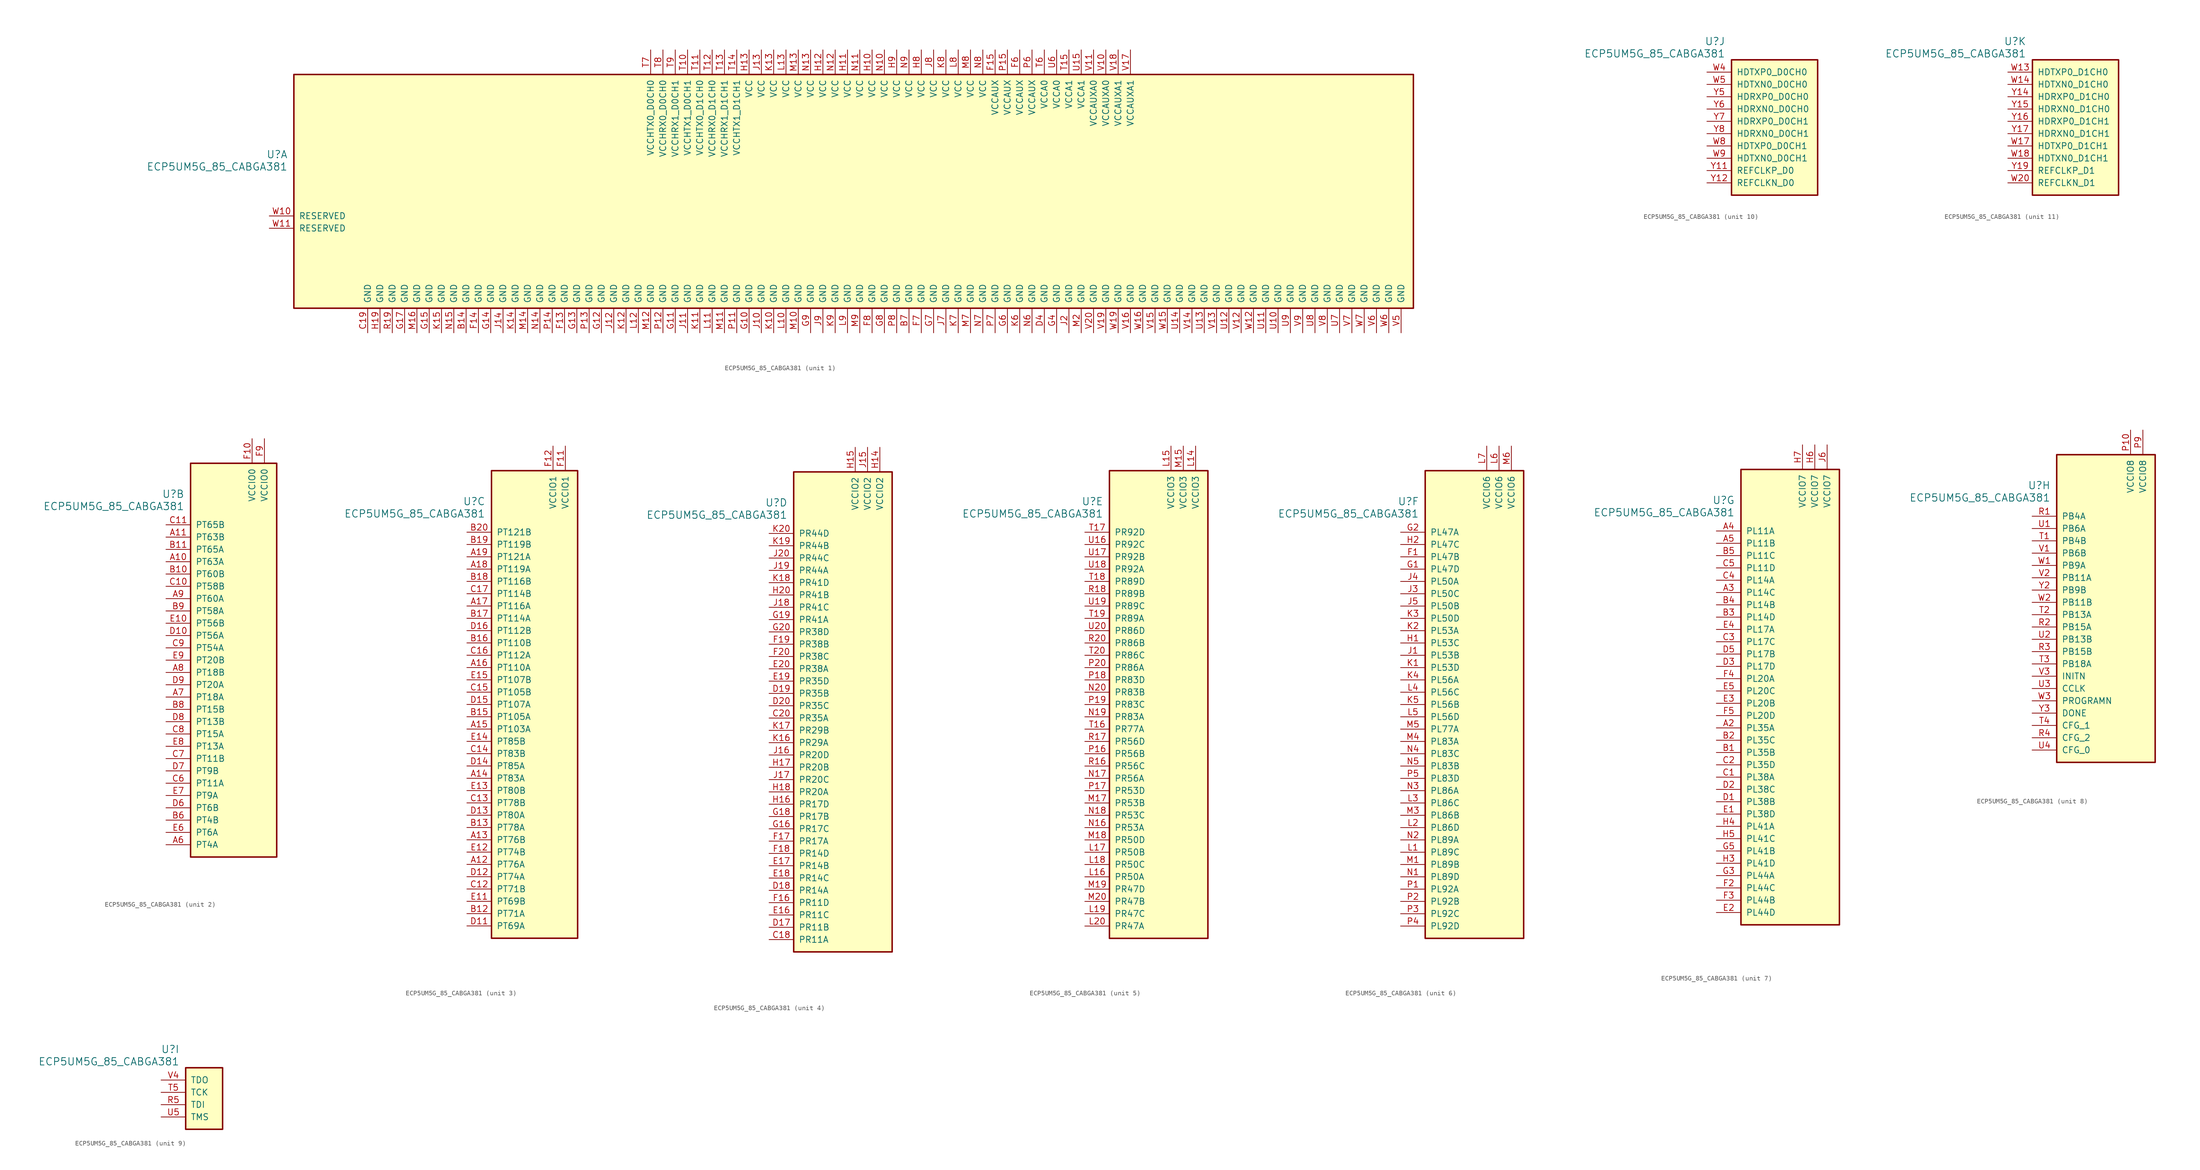
<source format=kicad_sym>
(kicad_symbol_lib
  (version 20220914)
  (generator kicad_symbol_editor)
  (symbol "ECP5UM5G_85_CABGA381"
    (pin_names
      (offset 1.016))
    (property "Reference" "U"
      (at 3.81 6.35 0)
      (effects (font (size 1.524 1.524)) (justify right)))
    (property "Value" "ECP5UM5G_85_CABGA381"
      (at 3.81 3.81 0)
      (effects (font (size 1.524 1.524)) (justify right)))
    (property "ki_locked" ""
      (at 0 0 0)
      (effects (font (size 1.27 1.27))))
    (symbol "ECP5UM5G_85_CABGA381_1_1"
      (rectangle (start 5.08 22.86) (end 236.22 -25.4) (stroke (width 0.305) (type default)) (fill (type background)))
      (pin power_in line (at 40.64 -30.48 90) (length 5.08) (name "GND" (effects (font (size 1.27 1.27)))) (number "B14" (effects (font (size 1.27 1.27)))))
      (pin power_in line (at 132.08 -30.48 90) (length 5.08) (name "GND" (effects (font (size 1.27 1.27)))) (number "B7" (effects (font (size 1.27 1.27)))))
      (pin power_in line (at 20.32 -30.48 90) (length 5.08) (name "GND" (effects (font (size 1.27 1.27)))) (number "C19" (effects (font (size 1.27 1.27)))))
      (pin power_in line (at 160.02 -30.48 90) (length 5.08) (name "GND" (effects (font (size 1.27 1.27)))) (number "D4" (effects (font (size 1.27 1.27)))))
      (pin power_in line (at 60.96 -30.48 90) (length 5.08) (name "GND" (effects (font (size 1.27 1.27)))) (number "F13" (effects (font (size 1.27 1.27)))))
      (pin power_in line (at 43.18 -30.48 90) (length 5.08) (name "GND" (effects (font (size 1.27 1.27)))) (number "F14" (effects (font (size 1.27 1.27)))))
      (pin power_in line (at 149.86 27.94 270) (length 5.08) (name "VCCAUX" (effects (font (size 1.27 1.27)))) (number "F15" (effects (font (size 1.27 1.27)))))
      (pin power_in line (at 154.94 27.94 270) (length 5.08) (name "VCCAUX" (effects (font (size 1.27 1.27)))) (number "F6" (effects (font (size 1.27 1.27)))))
      (pin power_in line (at 134.62 -30.48 90) (length 5.08) (name "GND" (effects (font (size 1.27 1.27)))) (number "F7" (effects (font (size 1.27 1.27)))))
      (pin power_in line (at 124.46 -30.48 90) (length 5.08) (name "GND" (effects (font (size 1.27 1.27)))) (number "F8" (effects (font (size 1.27 1.27)))))
      (pin power_in line (at 99.06 -30.48 90) (length 5.08) (name "GND" (effects (font (size 1.27 1.27)))) (number "G10" (effects (font (size 1.27 1.27)))))
      (pin power_in line (at 83.82 -30.48 90) (length 5.08) (name "GND" (effects (font (size 1.27 1.27)))) (number "G11" (effects (font (size 1.27 1.27)))))
      (pin power_in line (at 68.58 -30.48 90) (length 5.08) (name "GND" (effects (font (size 1.27 1.27)))) (number "G12" (effects (font (size 1.27 1.27)))))
      (pin power_in line (at 63.5 -30.48 90) (length 5.08) (name "GND" (effects (font (size 1.27 1.27)))) (number "G13" (effects (font (size 1.27 1.27)))))
      (pin power_in line (at 45.72 -30.48 90) (length 5.08) (name "GND" (effects (font (size 1.27 1.27)))) (number "G14" (effects (font (size 1.27 1.27)))))
      (pin power_in line (at 33.02 -30.48 90) (length 5.08) (name "GND" (effects (font (size 1.27 1.27)))) (number "G15" (effects (font (size 1.27 1.27)))))
      (pin power_in line (at 27.94 -30.48 90) (length 5.08) (name "GND" (effects (font (size 1.27 1.27)))) (number "G17" (effects (font (size 1.27 1.27)))))
      (pin power_in line (at 162.56 -30.48 90) (length 5.08) (name "GND" (effects (font (size 1.27 1.27)))) (number "G4" (effects (font (size 1.27 1.27)))))
      (pin power_in line (at 152.4 -30.48 90) (length 5.08) (name "GND" (effects (font (size 1.27 1.27)))) (number "G6" (effects (font (size 1.27 1.27)))))
      (pin power_in line (at 137.16 -30.48 90) (length 5.08) (name "GND" (effects (font (size 1.27 1.27)))) (number "G7" (effects (font (size 1.27 1.27)))))
      (pin power_in line (at 127 -30.48 90) (length 5.08) (name "GND" (effects (font (size 1.27 1.27)))) (number "G8" (effects (font (size 1.27 1.27)))))
      (pin power_in line (at 111.76 -30.48 90) (length 5.08) (name "GND" (effects (font (size 1.27 1.27)))) (number "G9" (effects (font (size 1.27 1.27)))))
      (pin power_in line (at 124.46 27.94 270) (length 5.08) (name "VCC" (effects (font (size 1.27 1.27)))) (number "H10" (effects (font (size 1.27 1.27)))))
      (pin power_in line (at 119.38 27.94 270) (length 5.08) (name "VCC" (effects (font (size 1.27 1.27)))) (number "H11" (effects (font (size 1.27 1.27)))))
      (pin power_in line (at 114.3 27.94 270) (length 5.08) (name "VCC" (effects (font (size 1.27 1.27)))) (number "H12" (effects (font (size 1.27 1.27)))))
      (pin power_in line (at 99.06 27.94 270) (length 5.08) (name "VCC" (effects (font (size 1.27 1.27)))) (number "H13" (effects (font (size 1.27 1.27)))))
      (pin power_in line (at 22.86 -30.48 90) (length 5.08) (name "GND" (effects (font (size 1.27 1.27)))) (number "H19" (effects (font (size 1.27 1.27)))))
      (pin power_in line (at 134.62 27.94 270) (length 5.08) (name "VCC" (effects (font (size 1.27 1.27)))) (number "H8" (effects (font (size 1.27 1.27)))))
      (pin power_in line (at 129.54 27.94 270) (length 5.08) (name "VCC" (effects (font (size 1.27 1.27)))) (number "H9" (effects (font (size 1.27 1.27)))))
      (pin power_in line (at 101.6 -30.48 90) (length 5.08) (name "GND" (effects (font (size 1.27 1.27)))) (number "J10" (effects (font (size 1.27 1.27)))))
      (pin power_in line (at 86.36 -30.48 90) (length 5.08) (name "GND" (effects (font (size 1.27 1.27)))) (number "J11" (effects (font (size 1.27 1.27)))))
      (pin power_in line (at 71.12 -30.48 90) (length 5.08) (name "GND" (effects (font (size 1.27 1.27)))) (number "J12" (effects (font (size 1.27 1.27)))))
      (pin power_in line (at 101.6 27.94 270) (length 5.08) (name "VCC" (effects (font (size 1.27 1.27)))) (number "J13" (effects (font (size 1.27 1.27)))))
      (pin power_in line (at 48.26 -30.48 90) (length 5.08) (name "GND" (effects (font (size 1.27 1.27)))) (number "J14" (effects (font (size 1.27 1.27)))))
      (pin power_in line (at 165.1 -30.48 90) (length 5.08) (name "GND" (effects (font (size 1.27 1.27)))) (number "J2" (effects (font (size 1.27 1.27)))))
      (pin power_in line (at 139.7 -30.48 90) (length 5.08) (name "GND" (effects (font (size 1.27 1.27)))) (number "J7" (effects (font (size 1.27 1.27)))))
      (pin power_in line (at 137.16 27.94 270) (length 5.08) (name "VCC" (effects (font (size 1.27 1.27)))) (number "J8" (effects (font (size 1.27 1.27)))))
      (pin power_in line (at 114.3 -30.48 90) (length 5.08) (name "GND" (effects (font (size 1.27 1.27)))) (number "J9" (effects (font (size 1.27 1.27)))))
      (pin power_in line (at 104.14 -30.48 90) (length 5.08) (name "GND" (effects (font (size 1.27 1.27)))) (number "K10" (effects (font (size 1.27 1.27)))))
      (pin power_in line (at 88.9 -30.48 90) (length 5.08) (name "GND" (effects (font (size 1.27 1.27)))) (number "K11" (effects (font (size 1.27 1.27)))))
      (pin power_in line (at 73.66 -30.48 90) (length 5.08) (name "GND" (effects (font (size 1.27 1.27)))) (number "K12" (effects (font (size 1.27 1.27)))))
      (pin power_in line (at 104.14 27.94 270) (length 5.08) (name "VCC" (effects (font (size 1.27 1.27)))) (number "K13" (effects (font (size 1.27 1.27)))))
      (pin power_in line (at 50.8 -30.48 90) (length 5.08) (name "GND" (effects (font (size 1.27 1.27)))) (number "K14" (effects (font (size 1.27 1.27)))))
      (pin power_in line (at 35.56 -30.48 90) (length 5.08) (name "GND" (effects (font (size 1.27 1.27)))) (number "K15" (effects (font (size 1.27 1.27)))))
      (pin power_in line (at 154.94 -30.48 90) (length 5.08) (name "GND" (effects (font (size 1.27 1.27)))) (number "K6" (effects (font (size 1.27 1.27)))))
      (pin power_in line (at 142.24 -30.48 90) (length 5.08) (name "GND" (effects (font (size 1.27 1.27)))) (number "K7" (effects (font (size 1.27 1.27)))))
      (pin power_in line (at 139.7 27.94 270) (length 5.08) (name "VCC" (effects (font (size 1.27 1.27)))) (number "K8" (effects (font (size 1.27 1.27)))))
      (pin power_in line (at 116.84 -30.48 90) (length 5.08) (name "GND" (effects (font (size 1.27 1.27)))) (number "K9" (effects (font (size 1.27 1.27)))))
      (pin power_in line (at 106.68 -30.48 90) (length 5.08) (name "GND" (effects (font (size 1.27 1.27)))) (number "L10" (effects (font (size 1.27 1.27)))))
      (pin power_in line (at 91.44 -30.48 90) (length 5.08) (name "GND" (effects (font (size 1.27 1.27)))) (number "L11" (effects (font (size 1.27 1.27)))))
      (pin power_in line (at 76.2 -30.48 90) (length 5.08) (name "GND" (effects (font (size 1.27 1.27)))) (number "L12" (effects (font (size 1.27 1.27)))))
      (pin power_in line (at 106.68 27.94 270) (length 5.08) (name "VCC" (effects (font (size 1.27 1.27)))) (number "L13" (effects (font (size 1.27 1.27)))))
      (pin power_in line (at 142.24 27.94 270) (length 5.08) (name "VCC" (effects (font (size 1.27 1.27)))) (number "L8" (effects (font (size 1.27 1.27)))))
      (pin power_in line (at 119.38 -30.48 90) (length 5.08) (name "GND" (effects (font (size 1.27 1.27)))) (number "L9" (effects (font (size 1.27 1.27)))))
      (pin power_in line (at 109.22 -30.48 90) (length 5.08) (name "GND" (effects (font (size 1.27 1.27)))) (number "M10" (effects (font (size 1.27 1.27)))))
      (pin power_in line (at 93.98 -30.48 90) (length 5.08) (name "GND" (effects (font (size 1.27 1.27)))) (number "M11" (effects (font (size 1.27 1.27)))))
      (pin power_in line (at 78.74 -30.48 90) (length 5.08) (name "GND" (effects (font (size 1.27 1.27)))) (number "M12" (effects (font (size 1.27 1.27)))))
      (pin power_in line (at 109.22 27.94 270) (length 5.08) (name "VCC" (effects (font (size 1.27 1.27)))) (number "M13" (effects (font (size 1.27 1.27)))))
      (pin power_in line (at 53.34 -30.48 90) (length 5.08) (name "GND" (effects (font (size 1.27 1.27)))) (number "M14" (effects (font (size 1.27 1.27)))))
      (pin power_in line (at 30.48 -30.48 90) (length 5.08) (name "GND" (effects (font (size 1.27 1.27)))) (number "M16" (effects (font (size 1.27 1.27)))))
      (pin power_in line (at 167.64 -30.48 90) (length 5.08) (name "GND" (effects (font (size 1.27 1.27)))) (number "M2" (effects (font (size 1.27 1.27)))))
      (pin power_in line (at 144.78 -30.48 90) (length 5.08) (name "GND" (effects (font (size 1.27 1.27)))) (number "M7" (effects (font (size 1.27 1.27)))))
      (pin power_in line (at 144.78 27.94 270) (length 5.08) (name "VCC" (effects (font (size 1.27 1.27)))) (number "M8" (effects (font (size 1.27 1.27)))))
      (pin power_in line (at 121.92 -30.48 90) (length 5.08) (name "GND" (effects (font (size 1.27 1.27)))) (number "M9" (effects (font (size 1.27 1.27)))))
      (pin power_in line (at 127 27.94 270) (length 5.08) (name "VCC" (effects (font (size 1.27 1.27)))) (number "N10" (effects (font (size 1.27 1.27)))))
      (pin power_in line (at 121.92 27.94 270) (length 5.08) (name "VCC" (effects (font (size 1.27 1.27)))) (number "N11" (effects (font (size 1.27 1.27)))))
      (pin power_in line (at 116.84 27.94 270) (length 5.08) (name "VCC" (effects (font (size 1.27 1.27)))) (number "N12" (effects (font (size 1.27 1.27)))))
      (pin power_in line (at 111.76 27.94 270) (length 5.08) (name "VCC" (effects (font (size 1.27 1.27)))) (number "N13" (effects (font (size 1.27 1.27)))))
      (pin power_in line (at 55.88 -30.48 90) (length 5.08) (name "GND" (effects (font (size 1.27 1.27)))) (number "N14" (effects (font (size 1.27 1.27)))))
      (pin power_in line (at 38.1 -30.48 90) (length 5.08) (name "GND" (effects (font (size 1.27 1.27)))) (number "N15" (effects (font (size 1.27 1.27)))))
      (pin power_in line (at 157.48 -30.48 90) (length 5.08) (name "GND" (effects (font (size 1.27 1.27)))) (number "N6" (effects (font (size 1.27 1.27)))))
      (pin power_in line (at 147.32 -30.48 90) (length 5.08) (name "GND" (effects (font (size 1.27 1.27)))) (number "N7" (effects (font (size 1.27 1.27)))))
      (pin power_in line (at 147.32 27.94 270) (length 5.08) (name "VCC" (effects (font (size 1.27 1.27)))) (number "N8" (effects (font (size 1.27 1.27)))))
      (pin power_in line (at 132.08 27.94 270) (length 5.08) (name "VCC" (effects (font (size 1.27 1.27)))) (number "N9" (effects (font (size 1.27 1.27)))))
      (pin power_in line (at 96.52 -30.48 90) (length 5.08) (name "GND" (effects (font (size 1.27 1.27)))) (number "P11" (effects (font (size 1.27 1.27)))))
      (pin power_in line (at 81.28 -30.48 90) (length 5.08) (name "GND" (effects (font (size 1.27 1.27)))) (number "P12" (effects (font (size 1.27 1.27)))))
      (pin power_in line (at 66.04 -30.48 90) (length 5.08) (name "GND" (effects (font (size 1.27 1.27)))) (number "P13" (effects (font (size 1.27 1.27)))))
      (pin power_in line (at 58.42 -30.48 90) (length 5.08) (name "GND" (effects (font (size 1.27 1.27)))) (number "P14" (effects (font (size 1.27 1.27)))))
      (pin power_in line (at 152.4 27.94 270) (length 5.08) (name "VCCAUX" (effects (font (size 1.27 1.27)))) (number "P15" (effects (font (size 1.27 1.27)))))
      (pin power_in line (at 157.48 27.94 270) (length 5.08) (name "VCCAUX" (effects (font (size 1.27 1.27)))) (number "P6" (effects (font (size 1.27 1.27)))))
      (pin power_in line (at 149.86 -30.48 90) (length 5.08) (name "GND" (effects (font (size 1.27 1.27)))) (number "P7" (effects (font (size 1.27 1.27)))))
      (pin power_in line (at 129.54 -30.48 90) (length 5.08) (name "GND" (effects (font (size 1.27 1.27)))) (number "P8" (effects (font (size 1.27 1.27)))))
      (pin power_in line (at 25.4 -30.48 90) (length 5.08) (name "GND" (effects (font (size 1.27 1.27)))) (number "R19" (effects (font (size 1.27 1.27)))))
      (pin power_in line (at 86.36 27.94 270) (length 5.08) (name "VCCHTX1_D0CH1" (effects (font (size 1.27 1.27)))) (number "T10" (effects (font (size 1.27 1.27)))))
      (pin power_in line (at 88.9 27.94 270) (length 5.08) (name "VCCHTX0_D1CH0" (effects (font (size 1.27 1.27)))) (number "T11" (effects (font (size 1.27 1.27)))))
      (pin power_in line (at 91.44 27.94 270) (length 5.08) (name "VCCHRX0_D1CH0" (effects (font (size 1.27 1.27)))) (number "T12" (effects (font (size 1.27 1.27)))))
      (pin power_in line (at 93.98 27.94 270) (length 5.08) (name "VCCHRX1_D1CH1" (effects (font (size 1.27 1.27)))) (number "T13" (effects (font (size 1.27 1.27)))))
      (pin power_in line (at 96.52 27.94 270) (length 5.08) (name "VCCHTX1_D1CH1" (effects (font (size 1.27 1.27)))) (number "T14" (effects (font (size 1.27 1.27)))))
      (pin power_in line (at 165.1 27.94 270) (length 5.08) (name "VCCA1" (effects (font (size 1.27 1.27)))) (number "T15" (effects (font (size 1.27 1.27)))))
      (pin power_in line (at 160.02 27.94 270) (length 5.08) (name "VCCA0" (effects (font (size 1.27 1.27)))) (number "T6" (effects (font (size 1.27 1.27)))))
      (pin power_in line (at 78.74 27.94 270) (length 5.08) (name "VCCHTX0_D0CH0" (effects (font (size 1.27 1.27)))) (number "T7" (effects (font (size 1.27 1.27)))))
      (pin power_in line (at 81.28 27.94 270) (length 5.08) (name "VCCHRX0_D0CH0" (effects (font (size 1.27 1.27)))) (number "T8" (effects (font (size 1.27 1.27)))))
      (pin power_in line (at 83.82 27.94 270) (length 5.08) (name "VCCHRX1_D0CH1" (effects (font (size 1.27 1.27)))) (number "T9" (effects (font (size 1.27 1.27)))))
      (pin power_in line (at 208.28 -30.48 90) (length 5.08) (name "GND" (effects (font (size 1.27 1.27)))) (number "U10" (effects (font (size 1.27 1.27)))))
      (pin power_in line (at 205.74 -30.48 90) (length 5.08) (name "GND" (effects (font (size 1.27 1.27)))) (number "U11" (effects (font (size 1.27 1.27)))))
      (pin power_in line (at 198.12 -30.48 90) (length 5.08) (name "GND" (effects (font (size 1.27 1.27)))) (number "U12" (effects (font (size 1.27 1.27)))))
      (pin power_in line (at 193.04 -30.48 90) (length 5.08) (name "GND" (effects (font (size 1.27 1.27)))) (number "U13" (effects (font (size 1.27 1.27)))))
      (pin power_in line (at 187.96 -30.48 90) (length 5.08) (name "GND" (effects (font (size 1.27 1.27)))) (number "U14" (effects (font (size 1.27 1.27)))))
      (pin power_in line (at 167.64 27.94 270) (length 5.08) (name "VCCA1" (effects (font (size 1.27 1.27)))) (number "U15" (effects (font (size 1.27 1.27)))))
      (pin power_in line (at 162.56 27.94 270) (length 5.08) (name "VCCA0" (effects (font (size 1.27 1.27)))) (number "U6" (effects (font (size 1.27 1.27)))))
      (pin power_in line (at 220.98 -30.48 90) (length 5.08) (name "GND" (effects (font (size 1.27 1.27)))) (number "U7" (effects (font (size 1.27 1.27)))))
      (pin power_in line (at 215.9 -30.48 90) (length 5.08) (name "GND" (effects (font (size 1.27 1.27)))) (number "U8" (effects (font (size 1.27 1.27)))))
      (pin power_in line (at 210.82 -30.48 90) (length 5.08) (name "GND" (effects (font (size 1.27 1.27)))) (number "U9" (effects (font (size 1.27 1.27)))))
      (pin power_in line (at 172.72 27.94 270) (length 5.08) (name "VCCAUXA0" (effects (font (size 1.27 1.27)))) (number "V10" (effects (font (size 1.27 1.27)))))
      (pin power_in line (at 170.18 27.94 270) (length 5.08) (name "VCCAUXA0" (effects (font (size 1.27 1.27)))) (number "V11" (effects (font (size 1.27 1.27)))))
      (pin power_in line (at 200.66 -30.48 90) (length 5.08) (name "GND" (effects (font (size 1.27 1.27)))) (number "V12" (effects (font (size 1.27 1.27)))))
      (pin power_in line (at 195.58 -30.48 90) (length 5.08) (name "GND" (effects (font (size 1.27 1.27)))) (number "V13" (effects (font (size 1.27 1.27)))))
      (pin power_in line (at 190.5 -30.48 90) (length 5.08) (name "GND" (effects (font (size 1.27 1.27)))) (number "V14" (effects (font (size 1.27 1.27)))))
      (pin power_in line (at 182.88 -30.48 90) (length 5.08) (name "GND" (effects (font (size 1.27 1.27)))) (number "V15" (effects (font (size 1.27 1.27)))))
      (pin power_in line (at 177.8 -30.48 90) (length 5.08) (name "GND" (effects (font (size 1.27 1.27)))) (number "V16" (effects (font (size 1.27 1.27)))))
      (pin power_in line (at 177.8 27.94 270) (length 5.08) (name "VCCAUXA1" (effects (font (size 1.27 1.27)))) (number "V17" (effects (font (size 1.27 1.27)))))
      (pin power_in line (at 175.26 27.94 270) (length 5.08) (name "VCCAUXA1" (effects (font (size 1.27 1.27)))) (number "V18" (effects (font (size 1.27 1.27)))))
      (pin power_in line (at 172.72 -30.48 90) (length 5.08) (name "GND" (effects (font (size 1.27 1.27)))) (number "V19" (effects (font (size 1.27 1.27)))))
      (pin power_in line (at 170.18 -30.48 90) (length 5.08) (name "GND" (effects (font (size 1.27 1.27)))) (number "V20" (effects (font (size 1.27 1.27)))))
      (pin power_in line (at 233.68 -30.48 90) (length 5.08) (name "GND" (effects (font (size 1.27 1.27)))) (number "V5" (effects (font (size 1.27 1.27)))))
      (pin power_in line (at 228.6 -30.48 90) (length 5.08) (name "GND" (effects (font (size 1.27 1.27)))) (number "V6" (effects (font (size 1.27 1.27)))))
      (pin power_in line (at 223.52 -30.48 90) (length 5.08) (name "GND" (effects (font (size 1.27 1.27)))) (number "V7" (effects (font (size 1.27 1.27)))))
      (pin power_in line (at 218.44 -30.48 90) (length 5.08) (name "GND" (effects (font (size 1.27 1.27)))) (number "V8" (effects (font (size 1.27 1.27)))))
      (pin power_in line (at 213.36 -30.48 90) (length 5.08) (name "GND" (effects (font (size 1.27 1.27)))) (number "V9" (effects (font (size 1.27 1.27)))))
      (pin bidirectional line (at 0 -6.35 0) (length 5.08) (name "RESERVED" (effects (font (size 1.27 1.27)))) (number "W10" (effects (font (size 1.27 1.27)))))
      (pin bidirectional line (at 0 -8.89 0) (length 5.08) (name "RESERVED" (effects (font (size 1.27 1.27)))) (number "W11" (effects (font (size 1.27 1.27)))))
      (pin power_in line (at 203.2 -30.48 90) (length 5.08) (name "GND" (effects (font (size 1.27 1.27)))) (number "W12" (effects (font (size 1.27 1.27)))))
      (pin power_in line (at 185.42 -30.48 90) (length 5.08) (name "GND" (effects (font (size 1.27 1.27)))) (number "W15" (effects (font (size 1.27 1.27)))))
      (pin power_in line (at 180.34 -30.48 90) (length 5.08) (name "GND" (effects (font (size 1.27 1.27)))) (number "W16" (effects (font (size 1.27 1.27)))))
      (pin power_in line (at 175.26 -30.48 90) (length 5.08) (name "GND" (effects (font (size 1.27 1.27)))) (number "W19" (effects (font (size 1.27 1.27)))))
      (pin power_in line (at 231.14 -30.48 90) (length 5.08) (name "GND" (effects (font (size 1.27 1.27)))) (number "W6" (effects (font (size 1.27 1.27)))))
      (pin power_in line (at 226.06 -30.48 90) (length 5.08) (name "GND" (effects (font (size 1.27 1.27)))) (number "W7" (effects (font (size 1.27 1.27))))))
    (symbol "ECP5UM5G_85_CABGA381_2_1"
      (rectangle (start 5.08 12.7) (end 22.86 -68.58) (stroke (width 0.305) (type default)) (fill (type background)))
      (pin bidirectional line (at 0 -7.62 0) (length 5.08) (name "PT63A" (effects (font (size 1.27 1.27)))) (number "A10" (effects (font (size 1.27 1.27)))))
      (pin bidirectional line (at 0 -2.54 0) (length 5.08) (name "PT63B" (effects (font (size 1.27 1.27)))) (number "A11" (effects (font (size 1.27 1.27)))))
      (pin bidirectional line (at 0 -66.04 0) (length 5.08) (name "PT4A" (effects (font (size 1.27 1.27)))) (number "A6" (effects (font (size 1.27 1.27)))))
      (pin bidirectional line (at 0 -35.56 0) (length 5.08) (name "PT18A" (effects (font (size 1.27 1.27)))) (number "A7" (effects (font (size 1.27 1.27)))))
      (pin bidirectional line (at 0 -30.48 0) (length 5.08) (name "PT18B" (effects (font (size 1.27 1.27)))) (number "A8" (effects (font (size 1.27 1.27)))))
      (pin bidirectional line (at 0 -15.24 0) (length 5.08) (name "PT60A" (effects (font (size 1.27 1.27)))) (number "A9" (effects (font (size 1.27 1.27)))))
      (pin bidirectional line (at 0 -10.16 0) (length 5.08) (name "PT60B" (effects (font (size 1.27 1.27)))) (number "B10" (effects (font (size 1.27 1.27)))))
      (pin bidirectional line (at 0 -5.08 0) (length 5.08) (name "PT65A" (effects (font (size 1.27 1.27)))) (number "B11" (effects (font (size 1.27 1.27)))))
      (pin bidirectional line (at 0 -60.96 0) (length 5.08) (name "PT4B" (effects (font (size 1.27 1.27)))) (number "B6" (effects (font (size 1.27 1.27)))))
      (pin bidirectional line (at 0 -38.1 0) (length 5.08) (name "PT15B" (effects (font (size 1.27 1.27)))) (number "B8" (effects (font (size 1.27 1.27)))))
      (pin bidirectional line (at 0 -17.78 0) (length 5.08) (name "PT58A" (effects (font (size 1.27 1.27)))) (number "B9" (effects (font (size 1.27 1.27)))))
      (pin bidirectional line (at 0 -12.7 0) (length 5.08) (name "PT58B" (effects (font (size 1.27 1.27)))) (number "C10" (effects (font (size 1.27 1.27)))))
      (pin bidirectional line (at 0 0 0) (length 5.08) (name "PT65B" (effects (font (size 1.27 1.27)))) (number "C11" (effects (font (size 1.27 1.27)))))
      (pin bidirectional line (at 0 -53.34 0) (length 5.08) (name "PT11A" (effects (font (size 1.27 1.27)))) (number "C6" (effects (font (size 1.27 1.27)))))
      (pin bidirectional line (at 0 -48.26 0) (length 5.08) (name "PT11B" (effects (font (size 1.27 1.27)))) (number "C7" (effects (font (size 1.27 1.27)))))
      (pin bidirectional line (at 0 -43.18 0) (length 5.08) (name "PT15A" (effects (font (size 1.27 1.27)))) (number "C8" (effects (font (size 1.27 1.27)))))
      (pin bidirectional line (at 0 -25.4 0) (length 5.08) (name "PT54A" (effects (font (size 1.27 1.27)))) (number "C9" (effects (font (size 1.27 1.27)))))
      (pin bidirectional line (at 0 -22.86 0) (length 5.08) (name "PT56A" (effects (font (size 1.27 1.27)))) (number "D10" (effects (font (size 1.27 1.27)))))
      (pin bidirectional line (at 0 -58.42 0) (length 5.08) (name "PT6B" (effects (font (size 1.27 1.27)))) (number "D6" (effects (font (size 1.27 1.27)))))
      (pin bidirectional line (at 0 -50.8 0) (length 5.08) (name "PT9B" (effects (font (size 1.27 1.27)))) (number "D7" (effects (font (size 1.27 1.27)))))
      (pin bidirectional line (at 0 -40.64 0) (length 5.08) (name "PT13B" (effects (font (size 1.27 1.27)))) (number "D8" (effects (font (size 1.27 1.27)))))
      (pin bidirectional line (at 0 -33.02 0) (length 5.08) (name "PT20A" (effects (font (size 1.27 1.27)))) (number "D9" (effects (font (size 1.27 1.27)))))
      (pin bidirectional line (at 0 -20.32 0) (length 5.08) (name "PT56B" (effects (font (size 1.27 1.27)))) (number "E10" (effects (font (size 1.27 1.27)))))
      (pin bidirectional line (at 0 -63.5 0) (length 5.08) (name "PT6A" (effects (font (size 1.27 1.27)))) (number "E6" (effects (font (size 1.27 1.27)))))
      (pin bidirectional line (at 0 -55.88 0) (length 5.08) (name "PT9A" (effects (font (size 1.27 1.27)))) (number "E7" (effects (font (size 1.27 1.27)))))
      (pin bidirectional line (at 0 -45.72 0) (length 5.08) (name "PT13A" (effects (font (size 1.27 1.27)))) (number "E8" (effects (font (size 1.27 1.27)))))
      (pin bidirectional line (at 0 -27.94 0) (length 5.08) (name "PT20B" (effects (font (size 1.27 1.27)))) (number "E9" (effects (font (size 1.27 1.27)))))
      (pin power_in line (at 17.78 17.78 270) (length 5.08) (name "VCCIO0" (effects (font (size 1.27 1.27)))) (number "F10" (effects (font (size 1.27 1.27)))))
      (pin power_in line (at 20.32 17.78 270) (length 5.08) (name "VCCIO0" (effects (font (size 1.27 1.27)))) (number "F9" (effects (font (size 1.27 1.27))))))
    (symbol "ECP5UM5G_85_CABGA381_3_1"
      (rectangle (start 5.08 12.7) (end 22.86 -83.82) (stroke (width 0.305) (type default)) (fill (type background)))
      (pin bidirectional line (at 0 -68.58 0) (length 5.08) (name "PT76A" (effects (font (size 1.27 1.27)))) (number "A12" (effects (font (size 1.27 1.27)))))
      (pin bidirectional line (at 0 -63.5 0) (length 5.08) (name "PT76B" (effects (font (size 1.27 1.27)))) (number "A13" (effects (font (size 1.27 1.27)))))
      (pin bidirectional line (at 0 -50.8 0) (length 5.08) (name "PT83A" (effects (font (size 1.27 1.27)))) (number "A14" (effects (font (size 1.27 1.27)))))
      (pin bidirectional line (at 0 -40.64 0) (length 5.08) (name "PT103A" (effects (font (size 1.27 1.27)))) (number "A15" (effects (font (size 1.27 1.27)))))
      (pin bidirectional line (at 0 -27.94 0) (length 5.08) (name "PT110A" (effects (font (size 1.27 1.27)))) (number "A16" (effects (font (size 1.27 1.27)))))
      (pin bidirectional line (at 0 -15.24 0) (length 5.08) (name "PT116A" (effects (font (size 1.27 1.27)))) (number "A17" (effects (font (size 1.27 1.27)))))
      (pin bidirectional line (at 0 -7.62 0) (length 5.08) (name "PT119A" (effects (font (size 1.27 1.27)))) (number "A18" (effects (font (size 1.27 1.27)))))
      (pin bidirectional line (at 0 -5.08 0) (length 5.08) (name "PT121A" (effects (font (size 1.27 1.27)))) (number "A19" (effects (font (size 1.27 1.27)))))
      (pin bidirectional line (at 0 -78.74 0) (length 5.08) (name "PT71A" (effects (font (size 1.27 1.27)))) (number "B12" (effects (font (size 1.27 1.27)))))
      (pin bidirectional line (at 0 -60.96 0) (length 5.08) (name "PT78A" (effects (font (size 1.27 1.27)))) (number "B13" (effects (font (size 1.27 1.27)))))
      (pin bidirectional line (at 0 -38.1 0) (length 5.08) (name "PT105A" (effects (font (size 1.27 1.27)))) (number "B15" (effects (font (size 1.27 1.27)))))
      (pin bidirectional line (at 0 -22.86 0) (length 5.08) (name "PT110B" (effects (font (size 1.27 1.27)))) (number "B16" (effects (font (size 1.27 1.27)))))
      (pin bidirectional line (at 0 -17.78 0) (length 5.08) (name "PT114A" (effects (font (size 1.27 1.27)))) (number "B17" (effects (font (size 1.27 1.27)))))
      (pin bidirectional line (at 0 -10.16 0) (length 5.08) (name "PT116B" (effects (font (size 1.27 1.27)))) (number "B18" (effects (font (size 1.27 1.27)))))
      (pin bidirectional line (at 0 -2.54 0) (length 5.08) (name "PT119B" (effects (font (size 1.27 1.27)))) (number "B19" (effects (font (size 1.27 1.27)))))
      (pin bidirectional line (at 0 0 0) (length 5.08) (name "PT121B" (effects (font (size 1.27 1.27)))) (number "B20" (effects (font (size 1.27 1.27)))))
      (pin bidirectional line (at 0 -73.66 0) (length 5.08) (name "PT71B" (effects (font (size 1.27 1.27)))) (number "C12" (effects (font (size 1.27 1.27)))))
      (pin bidirectional line (at 0 -55.88 0) (length 5.08) (name "PT78B" (effects (font (size 1.27 1.27)))) (number "C13" (effects (font (size 1.27 1.27)))))
      (pin bidirectional line (at 0 -45.72 0) (length 5.08) (name "PT83B" (effects (font (size 1.27 1.27)))) (number "C14" (effects (font (size 1.27 1.27)))))
      (pin bidirectional line (at 0 -33.02 0) (length 5.08) (name "PT105B" (effects (font (size 1.27 1.27)))) (number "C15" (effects (font (size 1.27 1.27)))))
      (pin bidirectional line (at 0 -25.4 0) (length 5.08) (name "PT112A" (effects (font (size 1.27 1.27)))) (number "C16" (effects (font (size 1.27 1.27)))))
      (pin bidirectional line (at 0 -12.7 0) (length 5.08) (name "PT114B" (effects (font (size 1.27 1.27)))) (number "C17" (effects (font (size 1.27 1.27)))))
      (pin bidirectional line (at 0 -81.28 0) (length 5.08) (name "PT69A" (effects (font (size 1.27 1.27)))) (number "D11" (effects (font (size 1.27 1.27)))))
      (pin bidirectional line (at 0 -71.12 0) (length 5.08) (name "PT74A" (effects (font (size 1.27 1.27)))) (number "D12" (effects (font (size 1.27 1.27)))))
      (pin bidirectional line (at 0 -58.42 0) (length 5.08) (name "PT80A" (effects (font (size 1.27 1.27)))) (number "D13" (effects (font (size 1.27 1.27)))))
      (pin bidirectional line (at 0 -48.26 0) (length 5.08) (name "PT85A" (effects (font (size 1.27 1.27)))) (number "D14" (effects (font (size 1.27 1.27)))))
      (pin bidirectional line (at 0 -35.56 0) (length 5.08) (name "PT107A" (effects (font (size 1.27 1.27)))) (number "D15" (effects (font (size 1.27 1.27)))))
      (pin bidirectional line (at 0 -20.32 0) (length 5.08) (name "PT112B" (effects (font (size 1.27 1.27)))) (number "D16" (effects (font (size 1.27 1.27)))))
      (pin bidirectional line (at 0 -76.2 0) (length 5.08) (name "PT69B" (effects (font (size 1.27 1.27)))) (number "E11" (effects (font (size 1.27 1.27)))))
      (pin bidirectional line (at 0 -66.04 0) (length 5.08) (name "PT74B" (effects (font (size 1.27 1.27)))) (number "E12" (effects (font (size 1.27 1.27)))))
      (pin bidirectional line (at 0 -53.34 0) (length 5.08) (name "PT80B" (effects (font (size 1.27 1.27)))) (number "E13" (effects (font (size 1.27 1.27)))))
      (pin bidirectional line (at 0 -43.18 0) (length 5.08) (name "PT85B" (effects (font (size 1.27 1.27)))) (number "E14" (effects (font (size 1.27 1.27)))))
      (pin bidirectional line (at 0 -30.48 0) (length 5.08) (name "PT107B" (effects (font (size 1.27 1.27)))) (number "E15" (effects (font (size 1.27 1.27)))))
      (pin power_in line (at 20.32 17.78 270) (length 5.08) (name "VCCIO1" (effects (font (size 1.27 1.27)))) (number "F11" (effects (font (size 1.27 1.27)))))
      (pin power_in line (at 17.78 17.78 270) (length 5.08) (name "VCCIO1" (effects (font (size 1.27 1.27)))) (number "F12" (effects (font (size 1.27 1.27))))))
    (symbol "ECP5UM5G_85_CABGA381_4_1"
      (rectangle (start 5.08 12.7) (end 25.4 -86.36) (stroke (width 0.305) (type default)) (fill (type background)))
      (pin bidirectional line (at 0 -83.82 0) (length 5.08) (name "PR11A" (effects (font (size 1.27 1.27)))) (number "C18" (effects (font (size 1.27 1.27)))))
      (pin bidirectional line (at 0 -38.1 0) (length 5.08) (name "PR35A" (effects (font (size 1.27 1.27)))) (number "C20" (effects (font (size 1.27 1.27)))))
      (pin bidirectional line (at 0 -81.28 0) (length 5.08) (name "PR11B" (effects (font (size 1.27 1.27)))) (number "D17" (effects (font (size 1.27 1.27)))))
      (pin bidirectional line (at 0 -73.66 0) (length 5.08) (name "PR14A" (effects (font (size 1.27 1.27)))) (number "D18" (effects (font (size 1.27 1.27)))))
      (pin bidirectional line (at 0 -33.02 0) (length 5.08) (name "PR35B" (effects (font (size 1.27 1.27)))) (number "D19" (effects (font (size 1.27 1.27)))))
      (pin bidirectional line (at 0 -35.56 0) (length 5.08) (name "PR35C" (effects (font (size 1.27 1.27)))) (number "D20" (effects (font (size 1.27 1.27)))))
      (pin bidirectional line (at 0 -78.74 0) (length 5.08) (name "PR11C" (effects (font (size 1.27 1.27)))) (number "E16" (effects (font (size 1.27 1.27)))))
      (pin bidirectional line (at 0 -68.58 0) (length 5.08) (name "PR14B" (effects (font (size 1.27 1.27)))) (number "E17" (effects (font (size 1.27 1.27)))))
      (pin bidirectional line (at 0 -71.12 0) (length 5.08) (name "PR14C" (effects (font (size 1.27 1.27)))) (number "E18" (effects (font (size 1.27 1.27)))))
      (pin bidirectional line (at 0 -30.48 0) (length 5.08) (name "PR35D" (effects (font (size 1.27 1.27)))) (number "E19" (effects (font (size 1.27 1.27)))))
      (pin bidirectional line (at 0 -27.94 0) (length 5.08) (name "PR38A" (effects (font (size 1.27 1.27)))) (number "E20" (effects (font (size 1.27 1.27)))))
      (pin bidirectional line (at 0 -76.2 0) (length 5.08) (name "PR11D" (effects (font (size 1.27 1.27)))) (number "F16" (effects (font (size 1.27 1.27)))))
      (pin bidirectional line (at 0 -63.5 0) (length 5.08) (name "PR17A" (effects (font (size 1.27 1.27)))) (number "F17" (effects (font (size 1.27 1.27)))))
      (pin bidirectional line (at 0 -66.04 0) (length 5.08) (name "PR14D" (effects (font (size 1.27 1.27)))) (number "F18" (effects (font (size 1.27 1.27)))))
      (pin bidirectional line (at 0 -22.86 0) (length 5.08) (name "PR38B" (effects (font (size 1.27 1.27)))) (number "F19" (effects (font (size 1.27 1.27)))))
      (pin bidirectional line (at 0 -25.4 0) (length 5.08) (name "PR38C" (effects (font (size 1.27 1.27)))) (number "F20" (effects (font (size 1.27 1.27)))))
      (pin bidirectional line (at 0 -60.96 0) (length 5.08) (name "PR17C" (effects (font (size 1.27 1.27)))) (number "G16" (effects (font (size 1.27 1.27)))))
      (pin bidirectional line (at 0 -58.42 0) (length 5.08) (name "PR17B" (effects (font (size 1.27 1.27)))) (number "G18" (effects (font (size 1.27 1.27)))))
      (pin bidirectional line (at 0 -17.78 0) (length 5.08) (name "PR41A" (effects (font (size 1.27 1.27)))) (number "G19" (effects (font (size 1.27 1.27)))))
      (pin bidirectional line (at 0 -20.32 0) (length 5.08) (name "PR38D" (effects (font (size 1.27 1.27)))) (number "G20" (effects (font (size 1.27 1.27)))))
      (pin power_in line (at 22.86 17.78 270) (length 5.08) (name "VCCIO2" (effects (font (size 1.27 1.27)))) (number "H14" (effects (font (size 1.27 1.27)))))
      (pin power_in line (at 17.78 17.78 270) (length 5.08) (name "VCCIO2" (effects (font (size 1.27 1.27)))) (number "H15" (effects (font (size 1.27 1.27)))))
      (pin bidirectional line (at 0 -55.88 0) (length 5.08) (name "PR17D" (effects (font (size 1.27 1.27)))) (number "H16" (effects (font (size 1.27 1.27)))))
      (pin bidirectional line (at 0 -48.26 0) (length 5.08) (name "PR20B" (effects (font (size 1.27 1.27)))) (number "H17" (effects (font (size 1.27 1.27)))))
      (pin bidirectional line (at 0 -53.34 0) (length 5.08) (name "PR20A" (effects (font (size 1.27 1.27)))) (number "H18" (effects (font (size 1.27 1.27)))))
      (pin bidirectional line (at 0 -12.7 0) (length 5.08) (name "PR41B" (effects (font (size 1.27 1.27)))) (number "H20" (effects (font (size 1.27 1.27)))))
      (pin power_in line (at 20.32 17.78 270) (length 5.08) (name "VCCIO2" (effects (font (size 1.27 1.27)))) (number "J15" (effects (font (size 1.27 1.27)))))
      (pin bidirectional line (at 0 -45.72 0) (length 5.08) (name "PR20D" (effects (font (size 1.27 1.27)))) (number "J16" (effects (font (size 1.27 1.27)))))
      (pin bidirectional line (at 0 -50.8 0) (length 5.08) (name "PR20C" (effects (font (size 1.27 1.27)))) (number "J17" (effects (font (size 1.27 1.27)))))
      (pin bidirectional line (at 0 -15.24 0) (length 5.08) (name "PR41C" (effects (font (size 1.27 1.27)))) (number "J18" (effects (font (size 1.27 1.27)))))
      (pin bidirectional line (at 0 -7.62 0) (length 5.08) (name "PR44A" (effects (font (size 1.27 1.27)))) (number "J19" (effects (font (size 1.27 1.27)))))
      (pin bidirectional line (at 0 -5.08 0) (length 5.08) (name "PR44C" (effects (font (size 1.27 1.27)))) (number "J20" (effects (font (size 1.27 1.27)))))
      (pin bidirectional line (at 0 -43.18 0) (length 5.08) (name "PR29A" (effects (font (size 1.27 1.27)))) (number "K16" (effects (font (size 1.27 1.27)))))
      (pin bidirectional line (at 0 -40.64 0) (length 5.08) (name "PR29B" (effects (font (size 1.27 1.27)))) (number "K17" (effects (font (size 1.27 1.27)))))
      (pin bidirectional line (at 0 -10.16 0) (length 5.08) (name "PR41D" (effects (font (size 1.27 1.27)))) (number "K18" (effects (font (size 1.27 1.27)))))
      (pin bidirectional line (at 0 -2.54 0) (length 5.08) (name "PR44B" (effects (font (size 1.27 1.27)))) (number "K19" (effects (font (size 1.27 1.27)))))
      (pin bidirectional line (at 0 0 0) (length 5.08) (name "PR44D" (effects (font (size 1.27 1.27)))) (number "K20" (effects (font (size 1.27 1.27))))))
    (symbol "ECP5UM5G_85_CABGA381_5_1"
      (rectangle (start 5.08 12.7) (end 25.4 -83.82) (stroke (width 0.305) (type default)) (fill (type background)))
      (pin power_in line (at 22.86 17.78 270) (length 5.08) (name "VCCIO3" (effects (font (size 1.27 1.27)))) (number "L14" (effects (font (size 1.27 1.27)))))
      (pin power_in line (at 17.78 17.78 270) (length 5.08) (name "VCCIO3" (effects (font (size 1.27 1.27)))) (number "L15" (effects (font (size 1.27 1.27)))))
      (pin bidirectional line (at 0 -71.12 0) (length 5.08) (name "PR50A" (effects (font (size 1.27 1.27)))) (number "L16" (effects (font (size 1.27 1.27)))))
      (pin bidirectional line (at 0 -66.04 0) (length 5.08) (name "PR50B" (effects (font (size 1.27 1.27)))) (number "L17" (effects (font (size 1.27 1.27)))))
      (pin bidirectional line (at 0 -68.58 0) (length 5.08) (name "PR50C" (effects (font (size 1.27 1.27)))) (number "L18" (effects (font (size 1.27 1.27)))))
      (pin bidirectional line (at 0 -78.74 0) (length 5.08) (name "PR47C" (effects (font (size 1.27 1.27)))) (number "L19" (effects (font (size 1.27 1.27)))))
      (pin bidirectional line (at 0 -81.28 0) (length 5.08) (name "PR47A" (effects (font (size 1.27 1.27)))) (number "L20" (effects (font (size 1.27 1.27)))))
      (pin power_in line (at 20.32 17.78 270) (length 5.08) (name "VCCIO3" (effects (font (size 1.27 1.27)))) (number "M15" (effects (font (size 1.27 1.27)))))
      (pin bidirectional line (at 0 -55.88 0) (length 5.08) (name "PR53B" (effects (font (size 1.27 1.27)))) (number "M17" (effects (font (size 1.27 1.27)))))
      (pin bidirectional line (at 0 -63.5 0) (length 5.08) (name "PR50D" (effects (font (size 1.27 1.27)))) (number "M18" (effects (font (size 1.27 1.27)))))
      (pin bidirectional line (at 0 -73.66 0) (length 5.08) (name "PR47D" (effects (font (size 1.27 1.27)))) (number "M19" (effects (font (size 1.27 1.27)))))
      (pin bidirectional line (at 0 -76.2 0) (length 5.08) (name "PR47B" (effects (font (size 1.27 1.27)))) (number "M20" (effects (font (size 1.27 1.27)))))
      (pin bidirectional line (at 0 -60.96 0) (length 5.08) (name "PR53A" (effects (font (size 1.27 1.27)))) (number "N16" (effects (font (size 1.27 1.27)))))
      (pin bidirectional line (at 0 -50.8 0) (length 5.08) (name "PR56A" (effects (font (size 1.27 1.27)))) (number "N17" (effects (font (size 1.27 1.27)))))
      (pin bidirectional line (at 0 -58.42 0) (length 5.08) (name "PR53C" (effects (font (size 1.27 1.27)))) (number "N18" (effects (font (size 1.27 1.27)))))
      (pin bidirectional line (at 0 -38.1 0) (length 5.08) (name "PR83A" (effects (font (size 1.27 1.27)))) (number "N19" (effects (font (size 1.27 1.27)))))
      (pin bidirectional line (at 0 -33.02 0) (length 5.08) (name "PR83B" (effects (font (size 1.27 1.27)))) (number "N20" (effects (font (size 1.27 1.27)))))
      (pin bidirectional line (at 0 -45.72 0) (length 5.08) (name "PR56B" (effects (font (size 1.27 1.27)))) (number "P16" (effects (font (size 1.27 1.27)))))
      (pin bidirectional line (at 0 -53.34 0) (length 5.08) (name "PR53D" (effects (font (size 1.27 1.27)))) (number "P17" (effects (font (size 1.27 1.27)))))
      (pin bidirectional line (at 0 -30.48 0) (length 5.08) (name "PR83D" (effects (font (size 1.27 1.27)))) (number "P18" (effects (font (size 1.27 1.27)))))
      (pin bidirectional line (at 0 -35.56 0) (length 5.08) (name "PR83C" (effects (font (size 1.27 1.27)))) (number "P19" (effects (font (size 1.27 1.27)))))
      (pin bidirectional line (at 0 -27.94 0) (length 5.08) (name "PR86A" (effects (font (size 1.27 1.27)))) (number "P20" (effects (font (size 1.27 1.27)))))
      (pin bidirectional line (at 0 -48.26 0) (length 5.08) (name "PR56C" (effects (font (size 1.27 1.27)))) (number "R16" (effects (font (size 1.27 1.27)))))
      (pin bidirectional line (at 0 -43.18 0) (length 5.08) (name "PR56D" (effects (font (size 1.27 1.27)))) (number "R17" (effects (font (size 1.27 1.27)))))
      (pin bidirectional line (at 0 -12.7 0) (length 5.08) (name "PR89B" (effects (font (size 1.27 1.27)))) (number "R18" (effects (font (size 1.27 1.27)))))
      (pin bidirectional line (at 0 -22.86 0) (length 5.08) (name "PR86B" (effects (font (size 1.27 1.27)))) (number "R20" (effects (font (size 1.27 1.27)))))
      (pin bidirectional line (at 0 -40.64 0) (length 5.08) (name "PR77A" (effects (font (size 1.27 1.27)))) (number "T16" (effects (font (size 1.27 1.27)))))
      (pin bidirectional line (at 0 0 0) (length 5.08) (name "PR92D" (effects (font (size 1.27 1.27)))) (number "T17" (effects (font (size 1.27 1.27)))))
      (pin bidirectional line (at 0 -10.16 0) (length 5.08) (name "PR89D" (effects (font (size 1.27 1.27)))) (number "T18" (effects (font (size 1.27 1.27)))))
      (pin bidirectional line (at 0 -17.78 0) (length 5.08) (name "PR89A" (effects (font (size 1.27 1.27)))) (number "T19" (effects (font (size 1.27 1.27)))))
      (pin bidirectional line (at 0 -25.4 0) (length 5.08) (name "PR86C" (effects (font (size 1.27 1.27)))) (number "T20" (effects (font (size 1.27 1.27)))))
      (pin bidirectional line (at 0 -2.54 0) (length 5.08) (name "PR92C" (effects (font (size 1.27 1.27)))) (number "U16" (effects (font (size 1.27 1.27)))))
      (pin bidirectional line (at 0 -5.08 0) (length 5.08) (name "PR92B" (effects (font (size 1.27 1.27)))) (number "U17" (effects (font (size 1.27 1.27)))))
      (pin bidirectional line (at 0 -7.62 0) (length 5.08) (name "PR92A" (effects (font (size 1.27 1.27)))) (number "U18" (effects (font (size 1.27 1.27)))))
      (pin bidirectional line (at 0 -15.24 0) (length 5.08) (name "PR89C" (effects (font (size 1.27 1.27)))) (number "U19" (effects (font (size 1.27 1.27)))))
      (pin bidirectional line (at 0 -20.32 0) (length 5.08) (name "PR86D" (effects (font (size 1.27 1.27)))) (number "U20" (effects (font (size 1.27 1.27))))))
    (symbol "ECP5UM5G_85_CABGA381_6_1"
      (rectangle (start 5.08 12.7) (end 25.4 -83.82) (stroke (width 0.305) (type default)) (fill (type background)))
      (pin bidirectional line (at 0 -5.08 0) (length 5.08) (name "PL47B" (effects (font (size 1.27 1.27)))) (number "F1" (effects (font (size 1.27 1.27)))))
      (pin bidirectional line (at 0 -7.62 0) (length 5.08) (name "PL47D" (effects (font (size 1.27 1.27)))) (number "G1" (effects (font (size 1.27 1.27)))))
      (pin bidirectional line (at 0 0 0) (length 5.08) (name "PL47A" (effects (font (size 1.27 1.27)))) (number "G2" (effects (font (size 1.27 1.27)))))
      (pin bidirectional line (at 0 -22.86 0) (length 5.08) (name "PL53C" (effects (font (size 1.27 1.27)))) (number "H1" (effects (font (size 1.27 1.27)))))
      (pin bidirectional line (at 0 -2.54 0) (length 5.08) (name "PL47C" (effects (font (size 1.27 1.27)))) (number "H2" (effects (font (size 1.27 1.27)))))
      (pin bidirectional line (at 0 -25.4 0) (length 5.08) (name "PL53B" (effects (font (size 1.27 1.27)))) (number "J1" (effects (font (size 1.27 1.27)))))
      (pin bidirectional line (at 0 -12.7 0) (length 5.08) (name "PL50C" (effects (font (size 1.27 1.27)))) (number "J3" (effects (font (size 1.27 1.27)))))
      (pin bidirectional line (at 0 -10.16 0) (length 5.08) (name "PL50A" (effects (font (size 1.27 1.27)))) (number "J4" (effects (font (size 1.27 1.27)))))
      (pin bidirectional line (at 0 -15.24 0) (length 5.08) (name "PL50B" (effects (font (size 1.27 1.27)))) (number "J5" (effects (font (size 1.27 1.27)))))
      (pin bidirectional line (at 0 -27.94 0) (length 5.08) (name "PL53D" (effects (font (size 1.27 1.27)))) (number "K1" (effects (font (size 1.27 1.27)))))
      (pin bidirectional line (at 0 -20.32 0) (length 5.08) (name "PL53A" (effects (font (size 1.27 1.27)))) (number "K2" (effects (font (size 1.27 1.27)))))
      (pin bidirectional line (at 0 -17.78 0) (length 5.08) (name "PL50D" (effects (font (size 1.27 1.27)))) (number "K3" (effects (font (size 1.27 1.27)))))
      (pin bidirectional line (at 0 -30.48 0) (length 5.08) (name "PL56A" (effects (font (size 1.27 1.27)))) (number "K4" (effects (font (size 1.27 1.27)))))
      (pin bidirectional line (at 0 -35.56 0) (length 5.08) (name "PL56B" (effects (font (size 1.27 1.27)))) (number "K5" (effects (font (size 1.27 1.27)))))
      (pin bidirectional line (at 0 -66.04 0) (length 5.08) (name "PL89C" (effects (font (size 1.27 1.27)))) (number "L1" (effects (font (size 1.27 1.27)))))
      (pin bidirectional line (at 0 -60.96 0) (length 5.08) (name "PL86D" (effects (font (size 1.27 1.27)))) (number "L2" (effects (font (size 1.27 1.27)))))
      (pin bidirectional line (at 0 -55.88 0) (length 5.08) (name "PL86C" (effects (font (size 1.27 1.27)))) (number "L3" (effects (font (size 1.27 1.27)))))
      (pin bidirectional line (at 0 -33.02 0) (length 5.08) (name "PL56C" (effects (font (size 1.27 1.27)))) (number "L4" (effects (font (size 1.27 1.27)))))
      (pin bidirectional line (at 0 -38.1 0) (length 5.08) (name "PL56D" (effects (font (size 1.27 1.27)))) (number "L5" (effects (font (size 1.27 1.27)))))
      (pin power_in line (at 20.32 17.78 270) (length 5.08) (name "VCCIO6" (effects (font (size 1.27 1.27)))) (number "L6" (effects (font (size 1.27 1.27)))))
      (pin power_in line (at 17.78 17.78 270) (length 5.08) (name "VCCIO6" (effects (font (size 1.27 1.27)))) (number "L7" (effects (font (size 1.27 1.27)))))
      (pin bidirectional line (at 0 -68.58 0) (length 5.08) (name "PL89B" (effects (font (size 1.27 1.27)))) (number "M1" (effects (font (size 1.27 1.27)))))
      (pin bidirectional line (at 0 -58.42 0) (length 5.08) (name "PL86B" (effects (font (size 1.27 1.27)))) (number "M3" (effects (font (size 1.27 1.27)))))
      (pin bidirectional line (at 0 -43.18 0) (length 5.08) (name "PL83A" (effects (font (size 1.27 1.27)))) (number "M4" (effects (font (size 1.27 1.27)))))
      (pin bidirectional line (at 0 -40.64 0) (length 5.08) (name "PL77A" (effects (font (size 1.27 1.27)))) (number "M5" (effects (font (size 1.27 1.27)))))
      (pin power_in line (at 22.86 17.78 270) (length 5.08) (name "VCCIO6" (effects (font (size 1.27 1.27)))) (number "M6" (effects (font (size 1.27 1.27)))))
      (pin bidirectional line (at 0 -71.12 0) (length 5.08) (name "PL89D" (effects (font (size 1.27 1.27)))) (number "N1" (effects (font (size 1.27 1.27)))))
      (pin bidirectional line (at 0 -63.5 0) (length 5.08) (name "PL89A" (effects (font (size 1.27 1.27)))) (number "N2" (effects (font (size 1.27 1.27)))))
      (pin bidirectional line (at 0 -53.34 0) (length 5.08) (name "PL86A" (effects (font (size 1.27 1.27)))) (number "N3" (effects (font (size 1.27 1.27)))))
      (pin bidirectional line (at 0 -45.72 0) (length 5.08) (name "PL83C" (effects (font (size 1.27 1.27)))) (number "N4" (effects (font (size 1.27 1.27)))))
      (pin bidirectional line (at 0 -48.26 0) (length 5.08) (name "PL83B" (effects (font (size 1.27 1.27)))) (number "N5" (effects (font (size 1.27 1.27)))))
      (pin bidirectional line (at 0 -73.66 0) (length 5.08) (name "PL92A" (effects (font (size 1.27 1.27)))) (number "P1" (effects (font (size 1.27 1.27)))))
      (pin bidirectional line (at 0 -76.2 0) (length 5.08) (name "PL92B" (effects (font (size 1.27 1.27)))) (number "P2" (effects (font (size 1.27 1.27)))))
      (pin bidirectional line (at 0 -78.74 0) (length 5.08) (name "PL92C" (effects (font (size 1.27 1.27)))) (number "P3" (effects (font (size 1.27 1.27)))))
      (pin bidirectional line (at 0 -81.28 0) (length 5.08) (name "PL92D" (effects (font (size 1.27 1.27)))) (number "P4" (effects (font (size 1.27 1.27)))))
      (pin bidirectional line (at 0 -50.8 0) (length 5.08) (name "PL83D" (effects (font (size 1.27 1.27)))) (number "P5" (effects (font (size 1.27 1.27))))))
    (symbol "ECP5UM5G_85_CABGA381_7_1"
      (rectangle (start 5.08 12.7) (end 25.4 -81.28) (stroke (width 0.305) (type default)) (fill (type background)))
      (pin bidirectional line (at 0 -40.64 0) (length 5.08) (name "PL35A" (effects (font (size 1.27 1.27)))) (number "A2" (effects (font (size 1.27 1.27)))))
      (pin bidirectional line (at 0 -12.7 0) (length 5.08) (name "PL14C" (effects (font (size 1.27 1.27)))) (number "A3" (effects (font (size 1.27 1.27)))))
      (pin bidirectional line (at 0 0 0) (length 5.08) (name "PL11A" (effects (font (size 1.27 1.27)))) (number "A4" (effects (font (size 1.27 1.27)))))
      (pin bidirectional line (at 0 -2.54 0) (length 5.08) (name "PL11B" (effects (font (size 1.27 1.27)))) (number "A5" (effects (font (size 1.27 1.27)))))
      (pin bidirectional line (at 0 -45.72 0) (length 5.08) (name "PL35B" (effects (font (size 1.27 1.27)))) (number "B1" (effects (font (size 1.27 1.27)))))
      (pin bidirectional line (at 0 -43.18 0) (length 5.08) (name "PL35C" (effects (font (size 1.27 1.27)))) (number "B2" (effects (font (size 1.27 1.27)))))
      (pin bidirectional line (at 0 -17.78 0) (length 5.08) (name "PL14D" (effects (font (size 1.27 1.27)))) (number "B3" (effects (font (size 1.27 1.27)))))
      (pin bidirectional line (at 0 -15.24 0) (length 5.08) (name "PL14B" (effects (font (size 1.27 1.27)))) (number "B4" (effects (font (size 1.27 1.27)))))
      (pin bidirectional line (at 0 -5.08 0) (length 5.08) (name "PL11C" (effects (font (size 1.27 1.27)))) (number "B5" (effects (font (size 1.27 1.27)))))
      (pin bidirectional line (at 0 -50.8 0) (length 5.08) (name "PL38A" (effects (font (size 1.27 1.27)))) (number "C1" (effects (font (size 1.27 1.27)))))
      (pin bidirectional line (at 0 -48.26 0) (length 5.08) (name "PL35D" (effects (font (size 1.27 1.27)))) (number "C2" (effects (font (size 1.27 1.27)))))
      (pin bidirectional line (at 0 -22.86 0) (length 5.08) (name "PL17C" (effects (font (size 1.27 1.27)))) (number "C3" (effects (font (size 1.27 1.27)))))
      (pin bidirectional line (at 0 -10.16 0) (length 5.08) (name "PL14A" (effects (font (size 1.27 1.27)))) (number "C4" (effects (font (size 1.27 1.27)))))
      (pin bidirectional line (at 0 -7.62 0) (length 5.08) (name "PL11D" (effects (font (size 1.27 1.27)))) (number "C5" (effects (font (size 1.27 1.27)))))
      (pin bidirectional line (at 0 -55.88 0) (length 5.08) (name "PL38B" (effects (font (size 1.27 1.27)))) (number "D1" (effects (font (size 1.27 1.27)))))
      (pin bidirectional line (at 0 -53.34 0) (length 5.08) (name "PL38C" (effects (font (size 1.27 1.27)))) (number "D2" (effects (font (size 1.27 1.27)))))
      (pin bidirectional line (at 0 -27.94 0) (length 5.08) (name "PL17D" (effects (font (size 1.27 1.27)))) (number "D3" (effects (font (size 1.27 1.27)))))
      (pin bidirectional line (at 0 -25.4 0) (length 5.08) (name "PL17B" (effects (font (size 1.27 1.27)))) (number "D5" (effects (font (size 1.27 1.27)))))
      (pin bidirectional line (at 0 -58.42 0) (length 5.08) (name "PL38D" (effects (font (size 1.27 1.27)))) (number "E1" (effects (font (size 1.27 1.27)))))
      (pin bidirectional line (at 0 -78.74 0) (length 5.08) (name "PL44D" (effects (font (size 1.27 1.27)))) (number "E2" (effects (font (size 1.27 1.27)))))
      (pin bidirectional line (at 0 -35.56 0) (length 5.08) (name "PL20B" (effects (font (size 1.27 1.27)))) (number "E3" (effects (font (size 1.27 1.27)))))
      (pin bidirectional line (at 0 -20.32 0) (length 5.08) (name "PL17A" (effects (font (size 1.27 1.27)))) (number "E4" (effects (font (size 1.27 1.27)))))
      (pin bidirectional line (at 0 -33.02 0) (length 5.08) (name "PL20C" (effects (font (size 1.27 1.27)))) (number "E5" (effects (font (size 1.27 1.27)))))
      (pin bidirectional line (at 0 -73.66 0) (length 5.08) (name "PL44C" (effects (font (size 1.27 1.27)))) (number "F2" (effects (font (size 1.27 1.27)))))
      (pin bidirectional line (at 0 -76.2 0) (length 5.08) (name "PL44B" (effects (font (size 1.27 1.27)))) (number "F3" (effects (font (size 1.27 1.27)))))
      (pin bidirectional line (at 0 -30.48 0) (length 5.08) (name "PL20A" (effects (font (size 1.27 1.27)))) (number "F4" (effects (font (size 1.27 1.27)))))
      (pin bidirectional line (at 0 -38.1 0) (length 5.08) (name "PL20D" (effects (font (size 1.27 1.27)))) (number "F5" (effects (font (size 1.27 1.27)))))
      (pin bidirectional line (at 0 -71.12 0) (length 5.08) (name "PL44A" (effects (font (size 1.27 1.27)))) (number "G3" (effects (font (size 1.27 1.27)))))
      (pin bidirectional line (at 0 -66.04 0) (length 5.08) (name "PL41B" (effects (font (size 1.27 1.27)))) (number "G5" (effects (font (size 1.27 1.27)))))
      (pin bidirectional line (at 0 -68.58 0) (length 5.08) (name "PL41D" (effects (font (size 1.27 1.27)))) (number "H3" (effects (font (size 1.27 1.27)))))
      (pin bidirectional line (at 0 -60.96 0) (length 5.08) (name "PL41A" (effects (font (size 1.27 1.27)))) (number "H4" (effects (font (size 1.27 1.27)))))
      (pin bidirectional line (at 0 -63.5 0) (length 5.08) (name "PL41C" (effects (font (size 1.27 1.27)))) (number "H5" (effects (font (size 1.27 1.27)))))
      (pin power_in line (at 20.32 17.78 270) (length 5.08) (name "VCCIO7" (effects (font (size 1.27 1.27)))) (number "H6" (effects (font (size 1.27 1.27)))))
      (pin power_in line (at 17.78 17.78 270) (length 5.08) (name "VCCIO7" (effects (font (size 1.27 1.27)))) (number "H7" (effects (font (size 1.27 1.27)))))
      (pin power_in line (at 22.86 17.78 270) (length 5.08) (name "VCCIO7" (effects (font (size 1.27 1.27)))) (number "J6" (effects (font (size 1.27 1.27))))))
    (symbol "ECP5UM5G_85_CABGA381_8_1"
      (rectangle (start 5.08 12.7) (end 25.4 -50.8) (stroke (width 0.305) (type default)) (fill (type background)))
      (pin power_in line (at 20.32 17.78 270) (length 5.08) (name "VCCIO8" (effects (font (size 1.27 1.27)))) (number "P10" (effects (font (size 1.27 1.27)))))
      (pin power_in line (at 22.86 17.78 270) (length 5.08) (name "VCCIO8" (effects (font (size 1.27 1.27)))) (number "P9" (effects (font (size 1.27 1.27)))))
      (pin bidirectional line (at 0 0 0) (length 5.08) (name "PB4A" (effects (font (size 1.27 1.27)))) (number "R1" (effects (font (size 1.27 1.27)))))
      (pin bidirectional line (at 0 -22.86 0) (length 5.08) (name "PB15A" (effects (font (size 1.27 1.27)))) (number "R2" (effects (font (size 1.27 1.27)))))
      (pin bidirectional line (at 0 -27.94 0) (length 5.08) (name "PB15B" (effects (font (size 1.27 1.27)))) (number "R3" (effects (font (size 1.27 1.27)))))
      (pin bidirectional line (at 0 -45.72 0) (length 5.08) (name "CFG_2" (effects (font (size 1.27 1.27)))) (number "R4" (effects (font (size 1.27 1.27)))))
      (pin bidirectional line (at 0 -5.08 0) (length 5.08) (name "PB4B" (effects (font (size 1.27 1.27)))) (number "T1" (effects (font (size 1.27 1.27)))))
      (pin bidirectional line (at 0 -20.32 0) (length 5.08) (name "PB13A" (effects (font (size 1.27 1.27)))) (number "T2" (effects (font (size 1.27 1.27)))))
      (pin bidirectional line (at 0 -30.48 0) (length 5.08) (name "PB18A" (effects (font (size 1.27 1.27)))) (number "T3" (effects (font (size 1.27 1.27)))))
      (pin bidirectional line (at 0 -43.18 0) (length 5.08) (name "CFG_1" (effects (font (size 1.27 1.27)))) (number "T4" (effects (font (size 1.27 1.27)))))
      (pin bidirectional line (at 0 -2.54 0) (length 5.08) (name "PB6A" (effects (font (size 1.27 1.27)))) (number "U1" (effects (font (size 1.27 1.27)))))
      (pin bidirectional line (at 0 -25.4 0) (length 5.08) (name "PB13B" (effects (font (size 1.27 1.27)))) (number "U2" (effects (font (size 1.27 1.27)))))
      (pin bidirectional line (at 0 -35.56 0) (length 5.08) (name "CCLK" (effects (font (size 1.27 1.27)))) (number "U3" (effects (font (size 1.27 1.27)))))
      (pin bidirectional line (at 0 -48.26 0) (length 5.08) (name "CFG_0" (effects (font (size 1.27 1.27)))) (number "U4" (effects (font (size 1.27 1.27)))))
      (pin bidirectional line (at 0 -7.62 0) (length 5.08) (name "PB6B" (effects (font (size 1.27 1.27)))) (number "V1" (effects (font (size 1.27 1.27)))))
      (pin bidirectional line (at 0 -12.7 0) (length 5.08) (name "PB11A" (effects (font (size 1.27 1.27)))) (number "V2" (effects (font (size 1.27 1.27)))))
      (pin bidirectional line (at 0 -33.02 0) (length 5.08) (name "INITN" (effects (font (size 1.27 1.27)))) (number "V3" (effects (font (size 1.27 1.27)))))
      (pin bidirectional line (at 0 -10.16 0) (length 5.08) (name "PB9A" (effects (font (size 1.27 1.27)))) (number "W1" (effects (font (size 1.27 1.27)))))
      (pin bidirectional line (at 0 -17.78 0) (length 5.08) (name "PB11B" (effects (font (size 1.27 1.27)))) (number "W2" (effects (font (size 1.27 1.27)))))
      (pin bidirectional line (at 0 -38.1 0) (length 5.08) (name "PROGRAMN" (effects (font (size 1.27 1.27)))) (number "W3" (effects (font (size 1.27 1.27)))))
      (pin bidirectional line (at 0 -15.24 0) (length 5.08) (name "PB9B" (effects (font (size 1.27 1.27)))) (number "Y2" (effects (font (size 1.27 1.27)))))
      (pin bidirectional line (at 0 -40.64 0) (length 5.08) (name "DONE" (effects (font (size 1.27 1.27)))) (number "Y3" (effects (font (size 1.27 1.27))))))
    (symbol "ECP5UM5G_85_CABGA381_9_1"
      (rectangle (start 5.08 2.54) (end 12.7 -10.16) (stroke (width 0.305) (type default)) (fill (type background)))
      (pin bidirectional line (at 0 -5.08 0) (length 5.08) (name "TDI" (effects (font (size 1.27 1.27)))) (number "R5" (effects (font (size 1.27 1.27)))))
      (pin bidirectional line (at 0 -2.54 0) (length 5.08) (name "TCK" (effects (font (size 1.27 1.27)))) (number "T5" (effects (font (size 1.27 1.27)))))
      (pin bidirectional line (at 0 -7.62 0) (length 5.08) (name "TMS" (effects (font (size 1.27 1.27)))) (number "U5" (effects (font (size 1.27 1.27)))))
      (pin bidirectional line (at 0 0 0) (length 5.08) (name "TDO" (effects (font (size 1.27 1.27)))) (number "V4" (effects (font (size 1.27 1.27))))))
    (symbol "ECP5UM5G_85_CABGA381_10_1"
      (rectangle (start 5.08 2.54) (end 22.86 -25.4) (stroke (width 0.305) (type default)) (fill (type background)))
      (pin bidirectional line (at 0 0 0) (length 5.08) (name "HDTXP0_D0CH0" (effects (font (size 1.27 1.27)))) (number "W4" (effects (font (size 1.27 1.27)))))
      (pin bidirectional line (at 0 -2.54 0) (length 5.08) (name "HDTXN0_D0CH0" (effects (font (size 1.27 1.27)))) (number "W5" (effects (font (size 1.27 1.27)))))
      (pin bidirectional line (at 0 -15.24 0) (length 5.08) (name "HDTXP0_D0CH1" (effects (font (size 1.27 1.27)))) (number "W8" (effects (font (size 1.27 1.27)))))
      (pin bidirectional line (at 0 -17.78 0) (length 5.08) (name "HDTXN0_D0CH1" (effects (font (size 1.27 1.27)))) (number "W9" (effects (font (size 1.27 1.27)))))
      (pin bidirectional line (at 0 -20.32 0) (length 5.08) (name "REFCLKP_D0" (effects (font (size 1.27 1.27)))) (number "Y11" (effects (font (size 1.27 1.27)))))
      (pin bidirectional line (at 0 -22.86 0) (length 5.08) (name "REFCLKN_D0" (effects (font (size 1.27 1.27)))) (number "Y12" (effects (font (size 1.27 1.27)))))
      (pin bidirectional line (at 0 -5.08 0) (length 5.08) (name "HDRXP0_D0CH0" (effects (font (size 1.27 1.27)))) (number "Y5" (effects (font (size 1.27 1.27)))))
      (pin bidirectional line (at 0 -7.62 0) (length 5.08) (name "HDRXN0_D0CH0" (effects (font (size 1.27 1.27)))) (number "Y6" (effects (font (size 1.27 1.27)))))
      (pin bidirectional line (at 0 -10.16 0) (length 5.08) (name "HDRXP0_D0CH1" (effects (font (size 1.27 1.27)))) (number "Y7" (effects (font (size 1.27 1.27)))))
      (pin bidirectional line (at 0 -12.7 0) (length 5.08) (name "HDRXN0_D0CH1" (effects (font (size 1.27 1.27)))) (number "Y8" (effects (font (size 1.27 1.27))))))
    (symbol "ECP5UM5G_85_CABGA381_11_1"
      (rectangle (start 5.08 2.54) (end 22.86 -25.4) (stroke (width 0.305) (type default)) (fill (type background)))
      (pin bidirectional line (at 0 0 0) (length 5.08) (name "HDTXP0_D1CH0" (effects (font (size 1.27 1.27)))) (number "W13" (effects (font (size 1.27 1.27)))))
      (pin bidirectional line (at 0 -2.54 0) (length 5.08) (name "HDTXN0_D1CH0" (effects (font (size 1.27 1.27)))) (number "W14" (effects (font (size 1.27 1.27)))))
      (pin bidirectional line (at 0 -15.24 0) (length 5.08) (name "HDTXP0_D1CH1" (effects (font (size 1.27 1.27)))) (number "W17" (effects (font (size 1.27 1.27)))))
      (pin bidirectional line (at 0 -17.78 0) (length 5.08) (name "HDTXN0_D1CH1" (effects (font (size 1.27 1.27)))) (number "W18" (effects (font (size 1.27 1.27)))))
      (pin bidirectional line (at 0 -22.86 0) (length 5.08) (name "REFCLKN_D1" (effects (font (size 1.27 1.27)))) (number "W20" (effects (font (size 1.27 1.27)))))
      (pin bidirectional line (at 0 -5.08 0) (length 5.08) (name "HDRXP0_D1CH0" (effects (font (size 1.27 1.27)))) (number "Y14" (effects (font (size 1.27 1.27)))))
      (pin bidirectional line (at 0 -7.62 0) (length 5.08) (name "HDRXN0_D1CH0" (effects (font (size 1.27 1.27)))) (number "Y15" (effects (font (size 1.27 1.27)))))
      (pin bidirectional line (at 0 -10.16 0) (length 5.08) (name "HDRXP0_D1CH1" (effects (font (size 1.27 1.27)))) (number "Y16" (effects (font (size 1.27 1.27)))))
      (pin bidirectional line (at 0 -12.7 0) (length 5.08) (name "HDRXN0_D1CH1" (effects (font (size 1.27 1.27)))) (number "Y17" (effects (font (size 1.27 1.27)))))
      (pin bidirectional line (at 0 -20.32 0) (length 5.08) (name "REFCLKP_D1" (effects (font (size 1.27 1.27)))) (number "Y19" (effects (font (size 1.27 1.27))))))))
</source>
